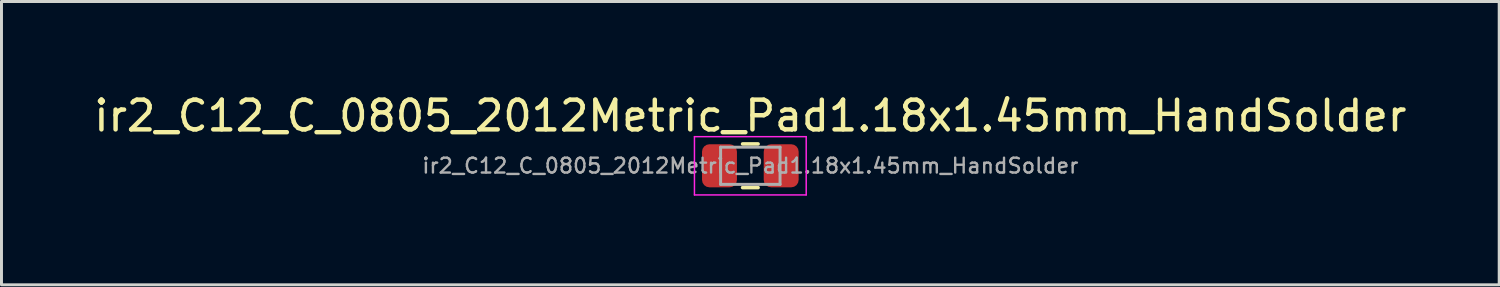
<source format=kicad_pcb>
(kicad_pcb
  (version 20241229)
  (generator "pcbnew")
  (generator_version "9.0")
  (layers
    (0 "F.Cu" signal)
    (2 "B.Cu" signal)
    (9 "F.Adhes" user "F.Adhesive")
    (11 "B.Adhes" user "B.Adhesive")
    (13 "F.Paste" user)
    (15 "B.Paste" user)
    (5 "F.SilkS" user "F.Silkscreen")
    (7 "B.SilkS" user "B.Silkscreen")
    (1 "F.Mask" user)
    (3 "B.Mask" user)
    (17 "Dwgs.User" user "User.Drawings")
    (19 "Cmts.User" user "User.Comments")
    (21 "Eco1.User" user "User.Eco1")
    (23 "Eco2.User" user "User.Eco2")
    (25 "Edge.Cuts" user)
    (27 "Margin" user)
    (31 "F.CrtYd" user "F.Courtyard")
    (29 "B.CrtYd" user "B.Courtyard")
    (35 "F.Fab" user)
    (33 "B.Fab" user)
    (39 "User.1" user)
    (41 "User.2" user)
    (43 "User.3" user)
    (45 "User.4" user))
  (footprint "ir2_C12_C_0805_2012Metric_Pad1.18x1.45mm_HandSolder"
    (layer "F.Cu")
    (at 22.196 2.528)
    (property "Reference" "ir2_C12_C_0805_2012Metric_Pad1.18x1.45mm_HandSolder" (at 0 -1.68 0) (layer "F.SilkS") (effects (font (size 1 1) (thickness 0.15))))
    (attr smd)
    (fp_line (start -0.261 -0.735) (end 0.261 -0.735) (stroke (width 0.12) (type solid)) (layer "F.SilkS"))
    (fp_line (start -0.261 0.735) (end 0.261 0.735) (stroke (width 0.12) (type solid)) (layer "F.SilkS"))
    (fp_line (start -1.88 -0.98) (end 1.88 -0.98) (stroke (width 0.05) (type solid)) (layer "F.CrtYd"))
    (fp_line (start -1.88 0.98) (end -1.88 -0.98) (stroke (width 0.05) (type solid)) (layer "F.CrtYd"))
    (fp_line (start 1.88 -0.98) (end 1.88 0.98) (stroke (width 0.05) (type solid)) (layer "F.CrtYd"))
    (fp_line (start 1.88 0.98) (end -1.88 0.98) (stroke (width 0.05) (type solid)) (layer "F.CrtYd"))
    (fp_line (start -1 -0.625) (end 1 -0.625) (stroke (width 0.1) (type solid)) (layer "F.Fab"))
    (fp_line (start -1 0.625) (end -1 -0.625) (stroke (width 0.1) (type solid)) (layer "F.Fab"))
    (fp_line (start 1 -0.625) (end 1 0.625) (stroke (width 0.1) (type solid)) (layer "F.Fab"))
    (fp_line (start 1 0.625) (end -1 0.625) (stroke (width 0.1) (type solid)) (layer "F.Fab"))
    (fp_text user "${REFERENCE}" (at 0 0 0) (layer "F.Fab") (effects (font (size 0.5 0.5) (thickness 0.08))))
    (pad "1" smd roundrect (at -1.038 0) (size 1.175 1.45) (layers "F.Cu" "F.Mask" "F.Paste") (roundrect_rratio 0.213))
    (pad "2" smd roundrect (at 1.038 0) (size 1.175 1.45) (layers "F.Cu" "F.Mask" "F.Paste") (roundrect_rratio 0.213)))
  (gr_rect
    (start -3 -3)
    (end 47.393 6.533)
    (stroke (width 0.1) (type default))
    (fill no)
    (layer "Edge.Cuts")))
</source>
